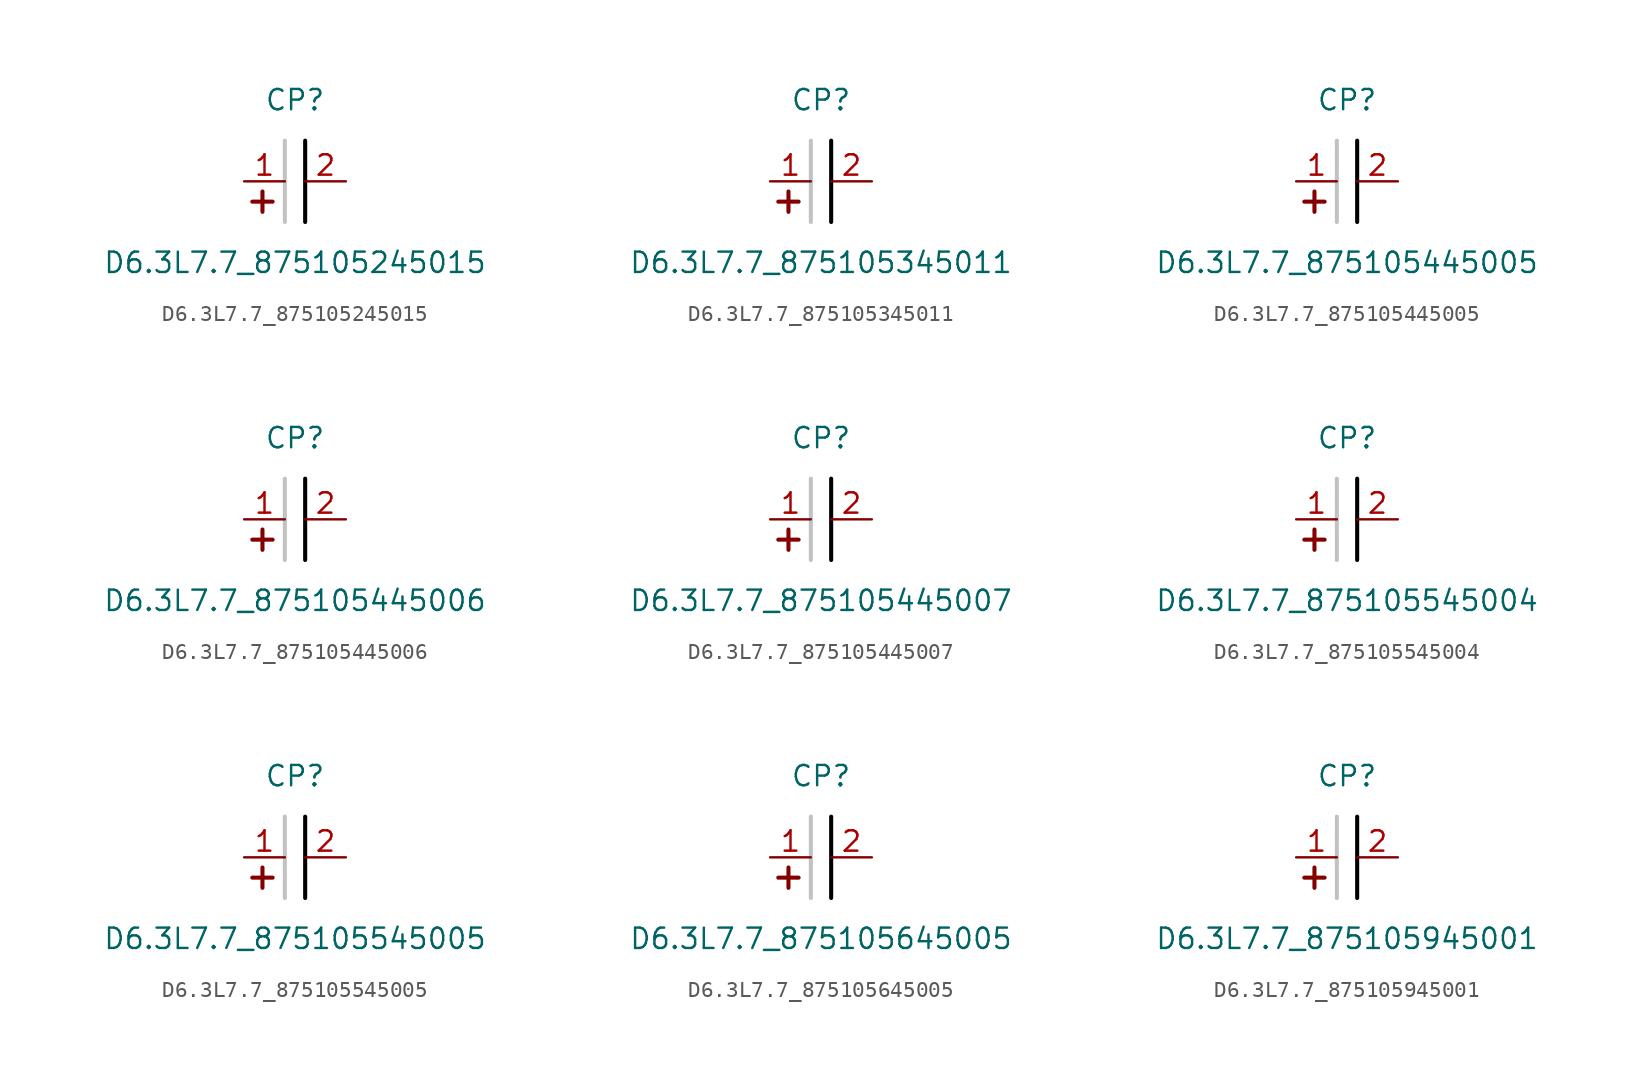
<source format=kicad_sym>
(kicad_symbol_lib
  (version 20220914)
  (generator kicad_symbol_editor)
  (symbol "D6.3L7.7_875105245015"
    (pin_names hide)
    (property "Reference" "CP"
      (at 0 5.08 0)
      (effects (font (size 1.27 1.27))))
    (property "Value" "D6.3L7.7_875105245015"
      (at 0 -5.08 0)
      (effects (font (size 1.27 1.27))))
    (symbol "D6.3L7.7_875105245015_1_1"
      (polyline (pts (xy -2.667 -1.27) (xy -1.397 -1.27)) (stroke (width 0.254) (type default)) (fill (type none)))
      (polyline (pts (xy -2.032 -0.635) (xy -2.032 -1.905)) (stroke (width 0.254) (type default)) (fill (type none)))
      (polyline (pts (xy -0.635 2.54) (xy -0.635 -2.54)) (stroke (width 0.254) (type default) (color 194 194 194 1)) (fill (type none)))
      (polyline (pts (xy 0.635 2.54) (xy 0.635 -2.54)) (stroke (width 0.254) (type default) (color 0 0 0 1)) (fill (type none)))
      (pin passive line (at -3.175 0 0) (length 2.54) (name "1" (effects (font (size 1.27 1.27)))) (number "1" (effects (font (size 1.27 1.27)))))
      (pin passive line (at 3.175 0 180) (length 2.54) (name "2" (effects (font (size 1.27 1.27)))) (number "2" (effects (font (size 1.27 1.27)))))))
  (symbol "D6.3L7.7_875105345011"
    (pin_names hide)
    (property "Reference" "CP"
      (at 0 5.08 0)
      (effects (font (size 1.27 1.27))))
    (property "Value" "D6.3L7.7_875105345011"
      (at 0 -5.08 0)
      (effects (font (size 1.27 1.27))))
    (symbol "D6.3L7.7_875105345011_1_1"
      (polyline (pts (xy -2.667 -1.27) (xy -1.397 -1.27)) (stroke (width 0.254) (type default)) (fill (type none)))
      (polyline (pts (xy -2.032 -0.635) (xy -2.032 -1.905)) (stroke (width 0.254) (type default)) (fill (type none)))
      (polyline (pts (xy -0.635 2.54) (xy -0.635 -2.54)) (stroke (width 0.254) (type default) (color 194 194 194 1)) (fill (type none)))
      (polyline (pts (xy 0.635 2.54) (xy 0.635 -2.54)) (stroke (width 0.254) (type default) (color 0 0 0 1)) (fill (type none)))
      (pin passive line (at -3.175 0 0) (length 2.54) (name "1" (effects (font (size 1.27 1.27)))) (number "1" (effects (font (size 1.27 1.27)))))
      (pin passive line (at 3.175 0 180) (length 2.54) (name "2" (effects (font (size 1.27 1.27)))) (number "2" (effects (font (size 1.27 1.27)))))))
  (symbol "D6.3L7.7_875105445005"
    (pin_names hide)
    (property "Reference" "CP"
      (at 0 5.08 0)
      (effects (font (size 1.27 1.27))))
    (property "Value" "D6.3L7.7_875105445005"
      (at 0 -5.08 0)
      (effects (font (size 1.27 1.27))))
    (symbol "D6.3L7.7_875105445005_1_1"
      (polyline (pts (xy -2.667 -1.27) (xy -1.397 -1.27)) (stroke (width 0.254) (type default)) (fill (type none)))
      (polyline (pts (xy -2.032 -0.635) (xy -2.032 -1.905)) (stroke (width 0.254) (type default)) (fill (type none)))
      (polyline (pts (xy -0.635 2.54) (xy -0.635 -2.54)) (stroke (width 0.254) (type default) (color 194 194 194 1)) (fill (type none)))
      (polyline (pts (xy 0.635 2.54) (xy 0.635 -2.54)) (stroke (width 0.254) (type default) (color 0 0 0 1)) (fill (type none)))
      (pin passive line (at -3.175 0 0) (length 2.54) (name "1" (effects (font (size 1.27 1.27)))) (number "1" (effects (font (size 1.27 1.27)))))
      (pin passive line (at 3.175 0 180) (length 2.54) (name "2" (effects (font (size 1.27 1.27)))) (number "2" (effects (font (size 1.27 1.27)))))))
  (symbol "D6.3L7.7_875105445006"
    (pin_names hide)
    (property "Reference" "CP"
      (at 0 5.08 0)
      (effects (font (size 1.27 1.27))))
    (property "Value" "D6.3L7.7_875105445006"
      (at 0 -5.08 0)
      (effects (font (size 1.27 1.27))))
    (symbol "D6.3L7.7_875105445006_1_1"
      (polyline (pts (xy -2.667 -1.27) (xy -1.397 -1.27)) (stroke (width 0.254) (type default)) (fill (type none)))
      (polyline (pts (xy -2.032 -0.635) (xy -2.032 -1.905)) (stroke (width 0.254) (type default)) (fill (type none)))
      (polyline (pts (xy -0.635 2.54) (xy -0.635 -2.54)) (stroke (width 0.254) (type default) (color 194 194 194 1)) (fill (type none)))
      (polyline (pts (xy 0.635 2.54) (xy 0.635 -2.54)) (stroke (width 0.254) (type default) (color 0 0 0 1)) (fill (type none)))
      (pin passive line (at -3.175 0 0) (length 2.54) (name "1" (effects (font (size 1.27 1.27)))) (number "1" (effects (font (size 1.27 1.27)))))
      (pin passive line (at 3.175 0 180) (length 2.54) (name "2" (effects (font (size 1.27 1.27)))) (number "2" (effects (font (size 1.27 1.27)))))))
  (symbol "D6.3L7.7_875105445007"
    (pin_names hide)
    (property "Reference" "CP"
      (at 0 5.08 0)
      (effects (font (size 1.27 1.27))))
    (property "Value" "D6.3L7.7_875105445007"
      (at 0 -5.08 0)
      (effects (font (size 1.27 1.27))))
    (symbol "D6.3L7.7_875105445007_1_1"
      (polyline (pts (xy -2.667 -1.27) (xy -1.397 -1.27)) (stroke (width 0.254) (type default)) (fill (type none)))
      (polyline (pts (xy -2.032 -0.635) (xy -2.032 -1.905)) (stroke (width 0.254) (type default)) (fill (type none)))
      (polyline (pts (xy -0.635 2.54) (xy -0.635 -2.54)) (stroke (width 0.254) (type default) (color 194 194 194 1)) (fill (type none)))
      (polyline (pts (xy 0.635 2.54) (xy 0.635 -2.54)) (stroke (width 0.254) (type default) (color 0 0 0 1)) (fill (type none)))
      (pin passive line (at -3.175 0 0) (length 2.54) (name "1" (effects (font (size 1.27 1.27)))) (number "1" (effects (font (size 1.27 1.27)))))
      (pin passive line (at 3.175 0 180) (length 2.54) (name "2" (effects (font (size 1.27 1.27)))) (number "2" (effects (font (size 1.27 1.27)))))))
  (symbol "D6.3L7.7_875105545004"
    (pin_names hide)
    (property "Reference" "CP"
      (at 0 5.08 0)
      (effects (font (size 1.27 1.27))))
    (property "Value" "D6.3L7.7_875105545004"
      (at 0 -5.08 0)
      (effects (font (size 1.27 1.27))))
    (symbol "D6.3L7.7_875105545004_1_1"
      (polyline (pts (xy -2.667 -1.27) (xy -1.397 -1.27)) (stroke (width 0.254) (type default)) (fill (type none)))
      (polyline (pts (xy -2.032 -0.635) (xy -2.032 -1.905)) (stroke (width 0.254) (type default)) (fill (type none)))
      (polyline (pts (xy -0.635 2.54) (xy -0.635 -2.54)) (stroke (width 0.254) (type default) (color 194 194 194 1)) (fill (type none)))
      (polyline (pts (xy 0.635 2.54) (xy 0.635 -2.54)) (stroke (width 0.254) (type default) (color 0 0 0 1)) (fill (type none)))
      (pin passive line (at -3.175 0 0) (length 2.54) (name "1" (effects (font (size 1.27 1.27)))) (number "1" (effects (font (size 1.27 1.27)))))
      (pin passive line (at 3.175 0 180) (length 2.54) (name "2" (effects (font (size 1.27 1.27)))) (number "2" (effects (font (size 1.27 1.27)))))))
  (symbol "D6.3L7.7_875105545005"
    (pin_names hide)
    (property "Reference" "CP"
      (at 0 5.08 0)
      (effects (font (size 1.27 1.27))))
    (property "Value" "D6.3L7.7_875105545005"
      (at 0 -5.08 0)
      (effects (font (size 1.27 1.27))))
    (symbol "D6.3L7.7_875105545005_1_1"
      (polyline (pts (xy -2.667 -1.27) (xy -1.397 -1.27)) (stroke (width 0.254) (type default)) (fill (type none)))
      (polyline (pts (xy -2.032 -0.635) (xy -2.032 -1.905)) (stroke (width 0.254) (type default)) (fill (type none)))
      (polyline (pts (xy -0.635 2.54) (xy -0.635 -2.54)) (stroke (width 0.254) (type default) (color 194 194 194 1)) (fill (type none)))
      (polyline (pts (xy 0.635 2.54) (xy 0.635 -2.54)) (stroke (width 0.254) (type default) (color 0 0 0 1)) (fill (type none)))
      (pin passive line (at -3.175 0 0) (length 2.54) (name "1" (effects (font (size 1.27 1.27)))) (number "1" (effects (font (size 1.27 1.27)))))
      (pin passive line (at 3.175 0 180) (length 2.54) (name "2" (effects (font (size 1.27 1.27)))) (number "2" (effects (font (size 1.27 1.27)))))))
  (symbol "D6.3L7.7_875105645005"
    (pin_names hide)
    (property "Reference" "CP"
      (at 0 5.08 0)
      (effects (font (size 1.27 1.27))))
    (property "Value" "D6.3L7.7_875105645005"
      (at 0 -5.08 0)
      (effects (font (size 1.27 1.27))))
    (symbol "D6.3L7.7_875105645005_1_1"
      (polyline (pts (xy -2.667 -1.27) (xy -1.397 -1.27)) (stroke (width 0.254) (type default)) (fill (type none)))
      (polyline (pts (xy -2.032 -0.635) (xy -2.032 -1.905)) (stroke (width 0.254) (type default)) (fill (type none)))
      (polyline (pts (xy -0.635 2.54) (xy -0.635 -2.54)) (stroke (width 0.254) (type default) (color 194 194 194 1)) (fill (type none)))
      (polyline (pts (xy 0.635 2.54) (xy 0.635 -2.54)) (stroke (width 0.254) (type default) (color 0 0 0 1)) (fill (type none)))
      (pin passive line (at -3.175 0 0) (length 2.54) (name "1" (effects (font (size 1.27 1.27)))) (number "1" (effects (font (size 1.27 1.27)))))
      (pin passive line (at 3.175 0 180) (length 2.54) (name "2" (effects (font (size 1.27 1.27)))) (number "2" (effects (font (size 1.27 1.27)))))))
  (symbol "D6.3L7.7_875105945001"
    (pin_names hide)
    (property "Reference" "CP"
      (at 0 5.08 0)
      (effects (font (size 1.27 1.27))))
    (property "Value" "D6.3L7.7_875105945001"
      (at 0 -5.08 0)
      (effects (font (size 1.27 1.27))))
    (symbol "D6.3L7.7_875105945001_1_1"
      (polyline (pts (xy -2.667 -1.27) (xy -1.397 -1.27)) (stroke (width 0.254) (type default)) (fill (type none)))
      (polyline (pts (xy -2.032 -0.635) (xy -2.032 -1.905)) (stroke (width 0.254) (type default)) (fill (type none)))
      (polyline (pts (xy -0.635 2.54) (xy -0.635 -2.54)) (stroke (width 0.254) (type default) (color 194 194 194 1)) (fill (type none)))
      (polyline (pts (xy 0.635 2.54) (xy 0.635 -2.54)) (stroke (width 0.254) (type default) (color 0 0 0 1)) (fill (type none)))
      (pin passive line (at -3.175 0 0) (length 2.54) (name "1" (effects (font (size 1.27 1.27)))) (number "1" (effects (font (size 1.27 1.27)))))
      (pin passive line (at 3.175 0 180) (length 2.54) (name "2" (effects (font (size 1.27 1.27)))) (number "2" (effects (font (size 1.27 1.27))))))))
</source>
